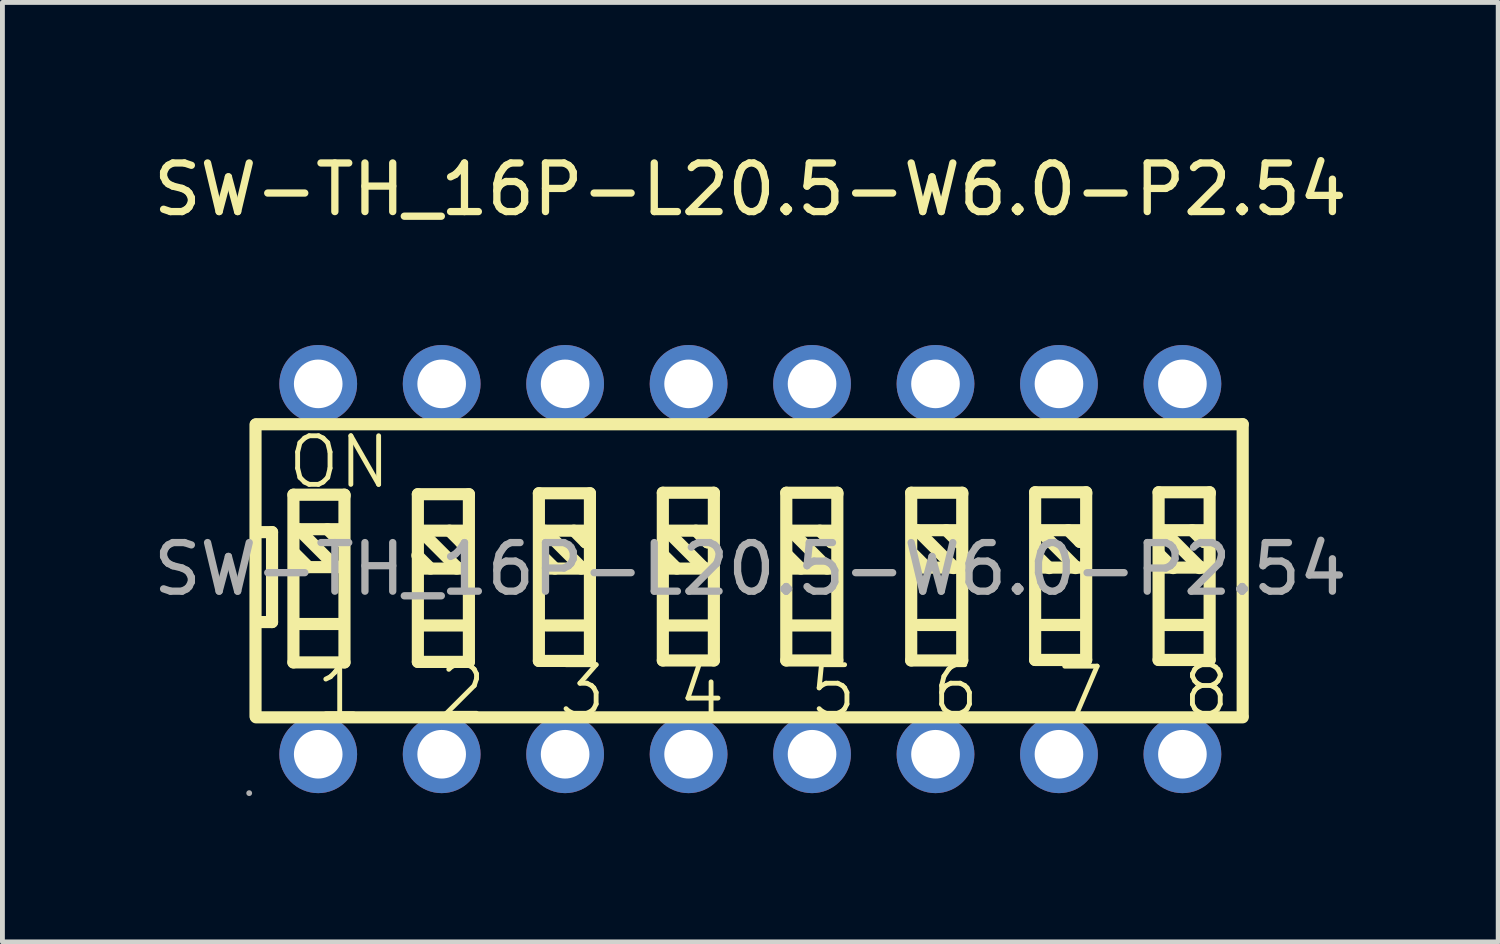
<source format=kicad_pcb>
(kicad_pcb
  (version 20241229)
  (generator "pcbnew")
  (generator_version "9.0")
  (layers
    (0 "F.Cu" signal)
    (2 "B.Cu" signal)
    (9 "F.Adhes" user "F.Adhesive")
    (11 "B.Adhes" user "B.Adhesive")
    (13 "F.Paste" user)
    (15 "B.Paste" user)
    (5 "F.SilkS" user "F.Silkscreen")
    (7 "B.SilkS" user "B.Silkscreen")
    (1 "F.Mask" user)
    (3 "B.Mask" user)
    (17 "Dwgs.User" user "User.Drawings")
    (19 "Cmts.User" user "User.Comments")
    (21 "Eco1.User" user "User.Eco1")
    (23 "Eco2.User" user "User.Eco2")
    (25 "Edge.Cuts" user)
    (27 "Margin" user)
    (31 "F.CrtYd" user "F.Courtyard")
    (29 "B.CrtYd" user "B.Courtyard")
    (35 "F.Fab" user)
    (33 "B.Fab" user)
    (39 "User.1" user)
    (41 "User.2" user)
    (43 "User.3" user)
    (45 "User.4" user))
  (footprint "SW-TH_16P-L20.5-W6.0-P2.54"
    (layer "F.Cu")
    (at 12.387 8.658)
    (property "Reference" "SW-TH_16P-L20.5-W6.0-P2.54" (at 0 -7.81 0) (layer "F.SilkS") (effects (font (size 1 1) (thickness 0.15))))
    (attr through_hole)
    (fp_line (start -10.18 -2.97) (end -10.18 3.03) (stroke (width 0.25) (type solid)) (layer "F.SilkS"))
    (fp_line (start -10.17 -2.98) (end 10.13 -2.98) (stroke (width 0.25) (type solid)) (layer "F.SilkS"))
    (fp_line (start -10.17 3.05) (end 10.13 3.05) (stroke (width 0.25) (type solid)) (layer "F.SilkS"))
    (fp_line (start -10.14 -0.76) (end -9.84 -0.76) (stroke (width 0.25) (type solid)) (layer "F.SilkS"))
    (fp_line (start -9.84 -0.76) (end -9.84 1.09) (stroke (width 0.25) (type solid)) (layer "F.SilkS"))
    (fp_line (start -9.84 1.09) (end -10.12 1.09) (stroke (width 0.25) (type solid)) (layer "F.SilkS"))
    (fp_line (start -9.4 -1.53) (end -9.4 1.92) (stroke (width 0.25) (type solid)) (layer "F.SilkS"))
    (fp_line (start -9.4 1.92) (end -8.35 1.92) (stroke (width 0.25) (type solid)) (layer "F.SilkS"))
    (fp_line (start -9.3 -0.82) (end -8.55 -0.07) (stroke (width 0.25) (type solid)) (layer "F.SilkS"))
    (fp_line (start -9.29 -0.04) (end -8.42 -0.04) (stroke (width 0.25) (type solid)) (layer "F.SilkS"))
    (fp_line (start -9.27 -0.82) (end -8.4 -0.82) (stroke (width 0.25) (type solid)) (layer "F.SilkS"))
    (fp_line (start -9.27 1.13) (end -8.4 1.13) (stroke (width 0.25) (type solid)) (layer "F.SilkS"))
    (fp_line (start -9.09 -0.04) (end -9.36 -0.31) (stroke (width 0.25) (type solid)) (layer "F.SilkS"))
    (fp_line (start -8.7 -0.82) (end -8.46 -0.58) (stroke (width 0.25) (type solid)) (layer "F.SilkS"))
    (fp_line (start -8.55 -0.07) (end -8.55 -0.04) (stroke (width 0.25) (type solid)) (layer "F.SilkS"))
    (fp_line (start -8.46 -0.58) (end -8.43 -0.58) (stroke (width 0.25) (type solid)) (layer "F.SilkS"))
    (fp_line (start -8.35 -1.53) (end -9.4 -1.53) (stroke (width 0.25) (type solid)) (layer "F.SilkS"))
    (fp_line (start -8.35 -1.5) (end -8.35 -1.53) (stroke (width 0.25) (type solid)) (layer "F.SilkS"))
    (fp_line (start -8.35 1.92) (end -8.35 -1.5) (stroke (width 0.25) (type solid)) (layer "F.SilkS"))
    (fp_line (start -6.84 -1.54) (end -6.84 1.91) (stroke (width 0.25) (type solid)) (layer "F.SilkS"))
    (fp_line (start -6.84 1.91) (end -5.79 1.91) (stroke (width 0.25) (type solid)) (layer "F.SilkS"))
    (fp_line (start -6.79 -0.79) (end -6.04 -0.04) (stroke (width 0.25) (type solid)) (layer "F.SilkS"))
    (fp_line (start -6.78 -0.01) (end -5.91 -0.01) (stroke (width 0.25) (type solid)) (layer "F.SilkS"))
    (fp_line (start -6.76 -0.79) (end -5.89 -0.79) (stroke (width 0.25) (type solid)) (layer "F.SilkS"))
    (fp_line (start -6.76 1.16) (end -5.89 1.16) (stroke (width 0.25) (type solid)) (layer "F.SilkS"))
    (fp_line (start -6.58 -0.01) (end -6.85 -0.28) (stroke (width 0.25) (type solid)) (layer "F.SilkS"))
    (fp_line (start -6.19 -0.79) (end -5.95 -0.55) (stroke (width 0.25) (type solid)) (layer "F.SilkS"))
    (fp_line (start -6.04 -0.04) (end -6.04 -0.01) (stroke (width 0.25) (type solid)) (layer "F.SilkS"))
    (fp_line (start -5.95 -0.55) (end -5.92 -0.55) (stroke (width 0.25) (type solid)) (layer "F.SilkS"))
    (fp_line (start -5.79 -1.54) (end -6.84 -1.54) (stroke (width 0.25) (type solid)) (layer "F.SilkS"))
    (fp_line (start -5.79 -1.51) (end -5.79 -1.54) (stroke (width 0.25) (type solid)) (layer "F.SilkS"))
    (fp_line (start -5.79 1.91) (end -5.79 -1.51) (stroke (width 0.25) (type solid)) (layer "F.SilkS"))
    (fp_line (start -4.35 -1.56) (end -4.35 1.89) (stroke (width 0.25) (type solid)) (layer "F.SilkS"))
    (fp_line (start -4.35 1.89) (end -3.3 1.89) (stroke (width 0.25) (type solid)) (layer "F.SilkS"))
    (fp_line (start -4.23 -0.79) (end -3.48 -0.04) (stroke (width 0.25) (type solid)) (layer "F.SilkS"))
    (fp_line (start -4.22 -0.01) (end -3.35 -0.01) (stroke (width 0.25) (type solid)) (layer "F.SilkS"))
    (fp_line (start -4.2 -0.79) (end -3.33 -0.79) (stroke (width 0.25) (type solid)) (layer "F.SilkS"))
    (fp_line (start -4.2 1.16) (end -3.33 1.16) (stroke (width 0.25) (type solid)) (layer "F.SilkS"))
    (fp_line (start -4.02 -0.01) (end -4.29 -0.28) (stroke (width 0.25) (type solid)) (layer "F.SilkS"))
    (fp_line (start -3.63 -0.79) (end -3.39 -0.55) (stroke (width 0.25) (type solid)) (layer "F.SilkS"))
    (fp_line (start -3.48 -0.04) (end -3.48 -0.01) (stroke (width 0.25) (type solid)) (layer "F.SilkS"))
    (fp_line (start -3.39 -0.55) (end -3.36 -0.55) (stroke (width 0.25) (type solid)) (layer "F.SilkS"))
    (fp_line (start -3.3 -1.56) (end -4.35 -1.56) (stroke (width 0.25) (type solid)) (layer "F.SilkS"))
    (fp_line (start -3.3 -1.53) (end -3.3 -1.56) (stroke (width 0.25) (type solid)) (layer "F.SilkS"))
    (fp_line (start -3.3 1.89) (end -3.3 -1.53) (stroke (width 0.25) (type solid)) (layer "F.SilkS"))
    (fp_line (start -1.8 -1.57) (end -1.8 1.88) (stroke (width 0.25) (type solid)) (layer "F.SilkS"))
    (fp_line (start -1.8 1.88) (end -0.75 1.88) (stroke (width 0.25) (type solid)) (layer "F.SilkS"))
    (fp_line (start -1.72 -0.79) (end -0.97 -0.04) (stroke (width 0.25) (type solid)) (layer "F.SilkS"))
    (fp_line (start -1.71 -0.01) (end -0.84 -0.01) (stroke (width 0.25) (type solid)) (layer "F.SilkS"))
    (fp_line (start -1.69 -0.79) (end -0.82 -0.79) (stroke (width 0.25) (type solid)) (layer "F.SilkS"))
    (fp_line (start -1.69 1.16) (end -0.82 1.16) (stroke (width 0.25) (type solid)) (layer "F.SilkS"))
    (fp_line (start -1.51 -0.01) (end -1.78 -0.28) (stroke (width 0.25) (type solid)) (layer "F.SilkS"))
    (fp_line (start -1.12 -0.79) (end -0.88 -0.55) (stroke (width 0.25) (type solid)) (layer "F.SilkS"))
    (fp_line (start -0.97 -0.04) (end -0.97 -0.01) (stroke (width 0.25) (type solid)) (layer "F.SilkS"))
    (fp_line (start -0.88 -0.55) (end -0.85 -0.55) (stroke (width 0.25) (type solid)) (layer "F.SilkS"))
    (fp_line (start -0.75 -1.57) (end -1.8 -1.57) (stroke (width 0.25) (type solid)) (layer "F.SilkS"))
    (fp_line (start -0.75 -1.54) (end -0.75 -1.57) (stroke (width 0.25) (type solid)) (layer "F.SilkS"))
    (fp_line (start -0.75 1.88) (end -0.75 -1.54) (stroke (width 0.25) (type solid)) (layer "F.SilkS"))
    (fp_line (start 0.74 -1.57) (end 0.74 1.88) (stroke (width 0.25) (type solid)) (layer "F.SilkS"))
    (fp_line (start 0.74 1.88) (end 1.79 1.88) (stroke (width 0.25) (type solid)) (layer "F.SilkS"))
    (fp_line (start 0.83 -0.79) (end 1.58 -0.04) (stroke (width 0.25) (type solid)) (layer "F.SilkS"))
    (fp_line (start 0.84 -0.01) (end 1.71 -0.01) (stroke (width 0.25) (type solid)) (layer "F.SilkS"))
    (fp_line (start 0.86 -0.79) (end 1.73 -0.79) (stroke (width 0.25) (type solid)) (layer "F.SilkS"))
    (fp_line (start 0.86 1.16) (end 1.73 1.16) (stroke (width 0.25) (type solid)) (layer "F.SilkS"))
    (fp_line (start 1.04 -0.01) (end 0.77 -0.28) (stroke (width 0.25) (type solid)) (layer "F.SilkS"))
    (fp_line (start 1.43 -0.79) (end 1.67 -0.55) (stroke (width 0.25) (type solid)) (layer "F.SilkS"))
    (fp_line (start 1.58 -0.04) (end 1.58 -0.01) (stroke (width 0.25) (type solid)) (layer "F.SilkS"))
    (fp_line (start 1.67 -0.55) (end 1.7 -0.55) (stroke (width 0.25) (type solid)) (layer "F.SilkS"))
    (fp_line (start 1.79 -1.57) (end 0.74 -1.57) (stroke (width 0.25) (type solid)) (layer "F.SilkS"))
    (fp_line (start 1.79 -1.54) (end 1.79 -1.57) (stroke (width 0.25) (type solid)) (layer "F.SilkS"))
    (fp_line (start 1.79 1.88) (end 1.79 -1.54) (stroke (width 0.25) (type solid)) (layer "F.SilkS"))
    (fp_line (start 3.31 -1.57) (end 3.31 1.88) (stroke (width 0.25) (type solid)) (layer "F.SilkS"))
    (fp_line (start 3.31 1.88) (end 4.36 1.88) (stroke (width 0.25) (type solid)) (layer "F.SilkS"))
    (fp_line (start 3.43 -0.8) (end 4.18 -0.05) (stroke (width 0.25) (type solid)) (layer "F.SilkS"))
    (fp_line (start 3.44 -0.03) (end 4.31 -0.03) (stroke (width 0.25) (type solid)) (layer "F.SilkS"))
    (fp_line (start 3.46 -0.8) (end 4.33 -0.8) (stroke (width 0.25) (type solid)) (layer "F.SilkS"))
    (fp_line (start 3.46 1.15) (end 4.33 1.15) (stroke (width 0.25) (type solid)) (layer "F.SilkS"))
    (fp_line (start 3.64 -0.02) (end 3.37 -0.29) (stroke (width 0.25) (type solid)) (layer "F.SilkS"))
    (fp_line (start 4.03 -0.8) (end 4.27 -0.56) (stroke (width 0.25) (type solid)) (layer "F.SilkS"))
    (fp_line (start 4.18 -0.05) (end 4.18 -0.02) (stroke (width 0.25) (type solid)) (layer "F.SilkS"))
    (fp_line (start 4.27 -0.56) (end 4.3 -0.56) (stroke (width 0.25) (type solid)) (layer "F.SilkS"))
    (fp_line (start 4.36 -1.57) (end 3.31 -1.57) (stroke (width 0.25) (type solid)) (layer "F.SilkS"))
    (fp_line (start 4.36 -1.54) (end 4.36 -1.57) (stroke (width 0.25) (type solid)) (layer "F.SilkS"))
    (fp_line (start 4.36 1.88) (end 4.36 -1.54) (stroke (width 0.25) (type solid)) (layer "F.SilkS"))
    (fp_line (start 5.86 -1.58) (end 5.86 1.87) (stroke (width 0.25) (type solid)) (layer "F.SilkS"))
    (fp_line (start 5.86 1.87) (end 6.91 1.87) (stroke (width 0.25) (type solid)) (layer "F.SilkS"))
    (fp_line (start 5.94 -0.8) (end 6.69 -0.05) (stroke (width 0.25) (type solid)) (layer "F.SilkS"))
    (fp_line (start 5.95 -0.03) (end 6.82 -0.03) (stroke (width 0.25) (type solid)) (layer "F.SilkS"))
    (fp_line (start 5.97 -0.8) (end 6.84 -0.8) (stroke (width 0.25) (type solid)) (layer "F.SilkS"))
    (fp_line (start 5.97 1.15) (end 6.84 1.15) (stroke (width 0.25) (type solid)) (layer "F.SilkS"))
    (fp_line (start 6.15 -0.02) (end 5.88 -0.29) (stroke (width 0.25) (type solid)) (layer "F.SilkS"))
    (fp_line (start 6.54 -0.8) (end 6.78 -0.56) (stroke (width 0.25) (type solid)) (layer "F.SilkS"))
    (fp_line (start 6.69 -0.05) (end 6.69 -0.02) (stroke (width 0.25) (type solid)) (layer "F.SilkS"))
    (fp_line (start 6.78 -0.56) (end 6.81 -0.56) (stroke (width 0.25) (type solid)) (layer "F.SilkS"))
    (fp_line (start 6.91 -1.58) (end 5.86 -1.58) (stroke (width 0.25) (type solid)) (layer "F.SilkS"))
    (fp_line (start 6.91 -1.55) (end 6.91 -1.58) (stroke (width 0.25) (type solid)) (layer "F.SilkS"))
    (fp_line (start 6.91 1.87) (end 6.91 -1.55) (stroke (width 0.25) (type solid)) (layer "F.SilkS"))
    (fp_line (start 8.4 -1.58) (end 8.4 1.87) (stroke (width 0.25) (type solid)) (layer "F.SilkS"))
    (fp_line (start 8.4 1.87) (end 9.45 1.87) (stroke (width 0.25) (type solid)) (layer "F.SilkS"))
    (fp_line (start 8.49 -0.8) (end 9.24 -0.05) (stroke (width 0.25) (type solid)) (layer "F.SilkS"))
    (fp_line (start 8.5 -0.03) (end 9.37 -0.03) (stroke (width 0.25) (type solid)) (layer "F.SilkS"))
    (fp_line (start 8.52 -0.8) (end 9.39 -0.8) (stroke (width 0.25) (type solid)) (layer "F.SilkS"))
    (fp_line (start 8.52 1.15) (end 9.39 1.15) (stroke (width 0.25) (type solid)) (layer "F.SilkS"))
    (fp_line (start 8.7 -0.02) (end 8.43 -0.29) (stroke (width 0.25) (type solid)) (layer "F.SilkS"))
    (fp_line (start 9.09 -0.8) (end 9.33 -0.56) (stroke (width 0.25) (type solid)) (layer "F.SilkS"))
    (fp_line (start 9.24 -0.05) (end 9.24 -0.02) (stroke (width 0.25) (type solid)) (layer "F.SilkS"))
    (fp_line (start 9.33 -0.56) (end 9.36 -0.56) (stroke (width 0.25) (type solid)) (layer "F.SilkS"))
    (fp_line (start 9.45 -1.58) (end 8.4 -1.58) (stroke (width 0.25) (type solid)) (layer "F.SilkS"))
    (fp_line (start 9.45 -1.55) (end 9.45 -1.58) (stroke (width 0.25) (type solid)) (layer "F.SilkS"))
    (fp_line (start 9.45 1.87) (end 9.45 -1.55) (stroke (width 0.25) (type solid)) (layer "F.SilkS"))
    (fp_line (start 10.13 -2.98) (end 10.13 3.02) (stroke (width 0.25) (type solid)) (layer "F.SilkS"))
    (fp_circle (center -10.31 4.61) (end -10.28 4.61) (stroke (width 0.06) (type solid)) (fill no) (layer "F.Fab"))
    (fp_circle (center -8.89 -3.81) (end -8.69 -3.81) (stroke (width 0.4) (type solid)) (fill no) (layer "F.Fab"))
    (fp_circle (center -8.89 3.81) (end -8.69 3.81) (stroke (width 0.4) (type solid)) (fill no) (layer "F.Fab"))
    (fp_circle (center -6.35 -3.81) (end -6.15 -3.81) (stroke (width 0.4) (type solid)) (fill no) (layer "F.Fab"))
    (fp_circle (center -6.35 3.81) (end -6.15 3.81) (stroke (width 0.4) (type solid)) (fill no) (layer "F.Fab"))
    (fp_circle (center -3.81 -3.81) (end -3.61 -3.81) (stroke (width 0.4) (type solid)) (fill no) (layer "F.Fab"))
    (fp_circle (center -3.81 3.81) (end -3.61 3.81) (stroke (width 0.4) (type solid)) (fill no) (layer "F.Fab"))
    (fp_circle (center -1.27 -3.81) (end -1.07 -3.81) (stroke (width 0.4) (type solid)) (fill no) (layer "F.Fab"))
    (fp_circle (center -1.27 3.81) (end -1.07 3.81) (stroke (width 0.4) (type solid)) (fill no) (layer "F.Fab"))
    (fp_circle (center 1.27 -3.81) (end 1.47 -3.81) (stroke (width 0.4) (type solid)) (fill no) (layer "F.Fab"))
    (fp_circle (center 1.27 3.81) (end 1.47 3.81) (stroke (width 0.4) (type solid)) (fill no) (layer "F.Fab"))
    (fp_circle (center 3.81 -3.81) (end 4.01 -3.81) (stroke (width 0.4) (type solid)) (fill no) (layer "F.Fab"))
    (fp_circle (center 3.81 3.81) (end 4.01 3.81) (stroke (width 0.4) (type solid)) (fill no) (layer "F.Fab"))
    (fp_circle (center 6.35 -3.81) (end 6.55 -3.81) (stroke (width 0.4) (type solid)) (fill no) (layer "F.Fab"))
    (fp_circle (center 6.35 3.81) (end 6.55 3.81) (stroke (width 0.4) (type solid)) (fill no) (layer "F.Fab"))
    (fp_circle (center 8.89 -3.81) (end 9.09 -3.81) (stroke (width 0.4) (type solid)) (fill no) (layer "F.Fab"))
    (fp_circle (center 8.89 3.81) (end 9.09 3.81) (stroke (width 0.4) (type solid)) (fill no) (layer "F.Fab"))
    (fp_text user "1" (at -8.99 2.52 0) (layer "F.SilkS") (effects (font (size 1 1) (thickness 0.1)) (justify left)))
    (fp_text user "4" (at -1.54 2.53 0) (layer "F.SilkS") (effects (font (size 1 1) (thickness 0.1)) (justify left)))
    (fp_text user "3" (at -4 2.51 0) (layer "F.SilkS") (effects (font (size 1 1) (thickness 0.1)) (justify left)))
    (fp_text user "6" (at 3.68 2.51 0) (layer "F.SilkS") (effects (font (size 1 1) (thickness 0.1)) (justify left)))
    (fp_text user "2" (at -6.46 2.51 0) (layer "F.SilkS") (effects (font (size 1 1) (thickness 0.1)) (justify left)))
    (fp_text user "5" (at 1.16 2.51 0) (layer "F.SilkS") (effects (font (size 1 1) (thickness 0.1)) (justify left)))
    (fp_text user "7" (at 6.26 2.54 0) (layer "F.SilkS") (effects (font (size 1 1) (thickness 0.1)) (justify left)))
    (fp_text user "8" (at 8.84 2.51 0) (layer "F.SilkS") (effects (font (size 1 1) (thickness 0.1)) (justify left)))
    (fp_text user "ON" (at -9.57 -2.2 0) (layer "F.SilkS") (effects (font (size 1 1) (thickness 0.1)) (justify left)))
    (fp_text user "${REFERENCE}" (at 0 0 0) (layer "F.Fab") (effects (font (size 1 1) (thickness 0.15))))
    (pad "1" thru_hole circle (at -8.89 3.81) (size 1.6 1.6) (drill 1) (layers "*.Cu" "*.Paste" "*.Mask"))
    (pad "2" thru_hole circle (at -6.35 3.81) (size 1.6 1.6) (drill 1) (layers "*.Cu" "*.Paste" "*.Mask"))
    (pad "3" thru_hole circle (at -3.81 3.81) (size 1.6 1.6) (drill 1) (layers "*.Cu" "*.Paste" "*.Mask"))
    (pad "4" thru_hole circle (at -1.27 3.81) (size 1.6 1.6) (drill 1) (layers "*.Cu" "*.Paste" "*.Mask"))
    (pad "5" thru_hole circle (at 1.27 3.81) (size 1.6 1.6) (drill 1) (layers "*.Cu" "*.Paste" "*.Mask"))
    (pad "6" thru_hole circle (at 3.81 3.81) (size 1.6 1.6) (drill 1) (layers "*.Cu" "*.Paste" "*.Mask"))
    (pad "7" thru_hole circle (at 6.35 3.81) (size 1.6 1.6) (drill 1) (layers "*.Cu" "*.Paste" "*.Mask"))
    (pad "8" thru_hole circle (at 8.89 3.81) (size 1.6 1.6) (drill 1) (layers "*.Cu" "*.Paste" "*.Mask"))
    (pad "9" thru_hole circle (at 8.89 -3.81) (size 1.6 1.6) (drill 1) (layers "*.Cu" "*.Paste" "*.Mask"))
    (pad "10" thru_hole circle (at 6.35 -3.81) (size 1.6 1.6) (drill 1) (layers "*.Cu" "*.Paste" "*.Mask"))
    (pad "11" thru_hole circle (at 3.81 -3.81) (size 1.6 1.6) (drill 1) (layers "*.Cu" "*.Paste" "*.Mask"))
    (pad "12" thru_hole circle (at 1.27 -3.81) (size 1.6 1.6) (drill 1) (layers "*.Cu" "*.Paste" "*.Mask"))
    (pad "13" thru_hole circle (at -1.27 -3.81) (size 1.6 1.6) (drill 1) (layers "*.Cu" "*.Paste" "*.Mask"))
    (pad "14" thru_hole circle (at -3.81 -3.81) (size 1.6 1.6) (drill 1) (layers "*.Cu" "*.Paste" "*.Mask"))
    (pad "15" thru_hole circle (at -6.35 -3.81) (size 1.6 1.6) (drill 1) (layers "*.Cu" "*.Paste" "*.Mask"))
    (pad "16" thru_hole circle (at -8.89 -3.81) (size 1.6 1.6) (drill 1) (layers "*.Cu" "*.Paste" "*.Mask")))
  (gr_rect
    (start -3 -3)
    (end 27.774 16.328)
    (stroke (width 0.1) (type default))
    (fill no)
    (layer "Edge.Cuts")))
</source>
